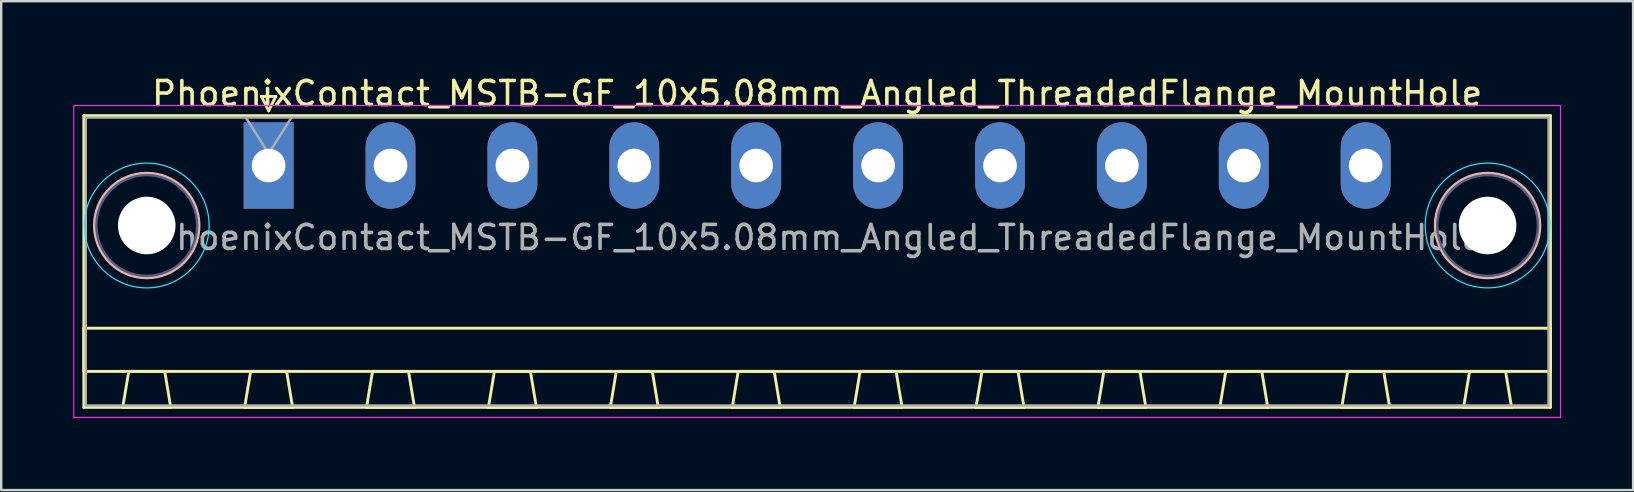
<source format=kicad_pcb>
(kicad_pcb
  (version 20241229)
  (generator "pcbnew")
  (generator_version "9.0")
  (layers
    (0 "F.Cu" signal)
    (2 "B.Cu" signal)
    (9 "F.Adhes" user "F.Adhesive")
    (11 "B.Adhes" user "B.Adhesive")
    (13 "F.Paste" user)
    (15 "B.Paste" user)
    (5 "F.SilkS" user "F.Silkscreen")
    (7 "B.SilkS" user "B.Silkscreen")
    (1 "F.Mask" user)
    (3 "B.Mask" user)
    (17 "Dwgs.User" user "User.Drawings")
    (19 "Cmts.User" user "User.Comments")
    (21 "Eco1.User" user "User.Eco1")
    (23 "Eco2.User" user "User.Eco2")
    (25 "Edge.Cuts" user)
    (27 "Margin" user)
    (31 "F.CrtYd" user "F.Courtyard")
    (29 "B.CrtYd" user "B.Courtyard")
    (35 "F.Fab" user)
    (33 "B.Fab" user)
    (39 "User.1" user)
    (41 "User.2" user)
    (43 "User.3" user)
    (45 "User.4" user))
  (footprint "PhoenixContact_MSTB-GF_10x5.08mm_Angled_ThreadedFlange_MountHole"
    (layer "F.Cu")
    (at 8.145 3.848)
    (property "Reference" "PhoenixContact_MSTB-GF_10x5.08mm_Angled_ThreadedFlange_MountHole" (at 22.86 -3 0) (layer "F.SilkS") (effects (font (size 1 1) (thickness 0.15))))
    (attr through_hole)
    (fp_line (start -7.7 -2.08) (end -7.7 10.08) (stroke (width 0.12) (type solid)) (layer "F.SilkS"))
    (fp_line (start -7.7 6.78) (end 53.42 6.78) (stroke (width 0.12) (type solid)) (layer "F.SilkS"))
    (fp_line (start -7.7 8.58) (end -7.7 6.78) (stroke (width 0.12) (type solid)) (layer "F.SilkS"))
    (fp_line (start -7.7 10.08) (end 53.42 10.08) (stroke (width 0.12) (type solid)) (layer "F.SilkS"))
    (fp_line (start -6.08 10.08) (end -4.08 10.08) (stroke (width 0.12) (type solid)) (layer "F.SilkS"))
    (fp_line (start -5.83 8.58) (end -6.08 10.08) (stroke (width 0.12) (type solid)) (layer "F.SilkS"))
    (fp_line (start -4.33 8.58) (end -5.83 8.58) (stroke (width 0.12) (type solid)) (layer "F.SilkS"))
    (fp_line (start -4.08 10.08) (end -4.33 8.58) (stroke (width 0.12) (type solid)) (layer "F.SilkS"))
    (fp_line (start -1 10.08) (end 1 10.08) (stroke (width 0.12) (type solid)) (layer "F.SilkS"))
    (fp_line (start -0.75 8.58) (end -1 10.08) (stroke (width 0.12) (type solid)) (layer "F.SilkS"))
    (fp_line (start -0.3 -2.88) (end 0.3 -2.88) (stroke (width 0.12) (type solid)) (layer "F.SilkS"))
    (fp_line (start 0 -2.28) (end -0.3 -2.88) (stroke (width 0.12) (type solid)) (layer "F.SilkS"))
    (fp_line (start 0.3 -2.88) (end 0 -2.28) (stroke (width 0.12) (type solid)) (layer "F.SilkS"))
    (fp_line (start 0.75 8.58) (end -0.75 8.58) (stroke (width 0.12) (type solid)) (layer "F.SilkS"))
    (fp_line (start 1 10.08) (end 0.75 8.58) (stroke (width 0.12) (type solid)) (layer "F.SilkS"))
    (fp_line (start 4.08 10.08) (end 6.08 10.08) (stroke (width 0.12) (type solid)) (layer "F.SilkS"))
    (fp_line (start 4.33 8.58) (end 4.08 10.08) (stroke (width 0.12) (type solid)) (layer "F.SilkS"))
    (fp_line (start 5.83 8.58) (end 4.33 8.58) (stroke (width 0.12) (type solid)) (layer "F.SilkS"))
    (fp_line (start 6.08 10.08) (end 5.83 8.58) (stroke (width 0.12) (type solid)) (layer "F.SilkS"))
    (fp_line (start 9.16 10.08) (end 11.16 10.08) (stroke (width 0.12) (type solid)) (layer "F.SilkS"))
    (fp_line (start 9.41 8.58) (end 9.16 10.08) (stroke (width 0.12) (type solid)) (layer "F.SilkS"))
    (fp_line (start 10.91 8.58) (end 9.41 8.58) (stroke (width 0.12) (type solid)) (layer "F.SilkS"))
    (fp_line (start 11.16 10.08) (end 10.91 8.58) (stroke (width 0.12) (type solid)) (layer "F.SilkS"))
    (fp_line (start 14.24 10.08) (end 16.24 10.08) (stroke (width 0.12) (type solid)) (layer "F.SilkS"))
    (fp_line (start 14.49 8.58) (end 14.24 10.08) (stroke (width 0.12) (type solid)) (layer "F.SilkS"))
    (fp_line (start 15.99 8.58) (end 14.49 8.58) (stroke (width 0.12) (type solid)) (layer "F.SilkS"))
    (fp_line (start 16.24 10.08) (end 15.99 8.58) (stroke (width 0.12) (type solid)) (layer "F.SilkS"))
    (fp_line (start 19.32 10.08) (end 21.32 10.08) (stroke (width 0.12) (type solid)) (layer "F.SilkS"))
    (fp_line (start 19.57 8.58) (end 19.32 10.08) (stroke (width 0.12) (type solid)) (layer "F.SilkS"))
    (fp_line (start 21.07 8.58) (end 19.57 8.58) (stroke (width 0.12) (type solid)) (layer "F.SilkS"))
    (fp_line (start 21.32 10.08) (end 21.07 8.58) (stroke (width 0.12) (type solid)) (layer "F.SilkS"))
    (fp_line (start 24.4 10.08) (end 26.4 10.08) (stroke (width 0.12) (type solid)) (layer "F.SilkS"))
    (fp_line (start 24.65 8.58) (end 24.4 10.08) (stroke (width 0.12) (type solid)) (layer "F.SilkS"))
    (fp_line (start 26.15 8.58) (end 24.65 8.58) (stroke (width 0.12) (type solid)) (layer "F.SilkS"))
    (fp_line (start 26.4 10.08) (end 26.15 8.58) (stroke (width 0.12) (type solid)) (layer "F.SilkS"))
    (fp_line (start 29.48 10.08) (end 31.48 10.08) (stroke (width 0.12) (type solid)) (layer "F.SilkS"))
    (fp_line (start 29.73 8.58) (end 29.48 10.08) (stroke (width 0.12) (type solid)) (layer "F.SilkS"))
    (fp_line (start 31.23 8.58) (end 29.73 8.58) (stroke (width 0.12) (type solid)) (layer "F.SilkS"))
    (fp_line (start 31.48 10.08) (end 31.23 8.58) (stroke (width 0.12) (type solid)) (layer "F.SilkS"))
    (fp_line (start 34.56 10.08) (end 36.56 10.08) (stroke (width 0.12) (type solid)) (layer "F.SilkS"))
    (fp_line (start 34.81 8.58) (end 34.56 10.08) (stroke (width 0.12) (type solid)) (layer "F.SilkS"))
    (fp_line (start 36.31 8.58) (end 34.81 8.58) (stroke (width 0.12) (type solid)) (layer "F.SilkS"))
    (fp_line (start 36.56 10.08) (end 36.31 8.58) (stroke (width 0.12) (type solid)) (layer "F.SilkS"))
    (fp_line (start 39.64 10.08) (end 41.64 10.08) (stroke (width 0.12) (type solid)) (layer "F.SilkS"))
    (fp_line (start 39.89 8.58) (end 39.64 10.08) (stroke (width 0.12) (type solid)) (layer "F.SilkS"))
    (fp_line (start 41.39 8.58) (end 39.89 8.58) (stroke (width 0.12) (type solid)) (layer "F.SilkS"))
    (fp_line (start 41.64 10.08) (end 41.39 8.58) (stroke (width 0.12) (type solid)) (layer "F.SilkS"))
    (fp_line (start 44.72 10.08) (end 46.72 10.08) (stroke (width 0.12) (type solid)) (layer "F.SilkS"))
    (fp_line (start 44.97 8.58) (end 44.72 10.08) (stroke (width 0.12) (type solid)) (layer "F.SilkS"))
    (fp_line (start 46.47 8.58) (end 44.97 8.58) (stroke (width 0.12) (type solid)) (layer "F.SilkS"))
    (fp_line (start 46.72 10.08) (end 46.47 8.58) (stroke (width 0.12) (type solid)) (layer "F.SilkS"))
    (fp_line (start 49.8 10.08) (end 51.8 10.08) (stroke (width 0.12) (type solid)) (layer "F.SilkS"))
    (fp_line (start 50.05 8.58) (end 49.8 10.08) (stroke (width 0.12) (type solid)) (layer "F.SilkS"))
    (fp_line (start 51.55 8.58) (end 50.05 8.58) (stroke (width 0.12) (type solid)) (layer "F.SilkS"))
    (fp_line (start 51.8 10.08) (end 51.55 8.58) (stroke (width 0.12) (type solid)) (layer "F.SilkS"))
    (fp_line (start 53.42 -2.08) (end -7.7 -2.08) (stroke (width 0.12) (type solid)) (layer "F.SilkS"))
    (fp_line (start 53.42 6.78) (end 53.42 8.58) (stroke (width 0.12) (type solid)) (layer "F.SilkS"))
    (fp_line (start 53.42 8.58) (end -7.7 8.58) (stroke (width 0.12) (type solid)) (layer "F.SilkS"))
    (fp_line (start 53.42 10.08) (end 53.42 -2.08) (stroke (width 0.12) (type solid)) (layer "F.SilkS"))
    (fp_circle (center -5.08 2.5) (end -2.9 2.5) (stroke (width 0.12) (type solid)) (fill no) (layer "B.SilkS"))
    (fp_circle (center 50.8 2.5) (end 52.98 2.5) (stroke (width 0.12) (type solid)) (fill no) (layer "B.SilkS"))
    (fp_circle (center -5.08 2.5) (end -2.48 2.5) (stroke (width 0.05) (type solid)) (fill no) (layer "B.CrtYd"))
    (fp_circle (center 50.8 2.5) (end 53.4 2.5) (stroke (width 0.05) (type solid)) (fill no) (layer "B.CrtYd"))
    (fp_line (start -8.12 -2.5) (end -8.12 10.5) (stroke (width 0.05) (type solid)) (layer "F.CrtYd"))
    (fp_line (start -8.12 10.5) (end 53.84 10.5) (stroke (width 0.05) (type solid)) (layer "F.CrtYd"))
    (fp_line (start 53.84 -2.5) (end -8.12 -2.5) (stroke (width 0.05) (type solid)) (layer "F.CrtYd"))
    (fp_line (start 53.84 10.5) (end 53.84 -2.5) (stroke (width 0.05) (type solid)) (layer "F.CrtYd"))
    (fp_circle (center -5.08 2.5) (end -2.98 2.5) (stroke (width 0.1) (type solid)) (fill no) (layer "B.Fab"))
    (fp_circle (center 50.8 2.5) (end 52.9 2.5) (stroke (width 0.1) (type solid)) (fill no) (layer "B.Fab"))
    (fp_line (start -7.62 -2) (end -7.62 10) (stroke (width 0.1) (type solid)) (layer "F.Fab"))
    (fp_line (start -7.62 10) (end 53.34 10) (stroke (width 0.1) (type solid)) (layer "F.Fab"))
    (fp_line (start 0 -0.5) (end -0.95 -2) (stroke (width 0.1) (type solid)) (layer "F.Fab"))
    (fp_line (start 0.95 -2) (end 0 -0.5) (stroke (width 0.1) (type solid)) (layer "F.Fab"))
    (fp_line (start 53.34 -2) (end -7.62 -2) (stroke (width 0.1) (type solid)) (layer "F.Fab"))
    (fp_line (start 53.34 10) (end 53.34 -2) (stroke (width 0.1) (type solid)) (layer "F.Fab"))
    (fp_text user "${REFERENCE}" (at 22.86 3 0) (layer "F.Fab") (effects (font (size 1 1) (thickness 0.15))))
    (pad "" np_thru_hole circle (at -5.08 2.5) (size 2.4 2.4) (drill 2.4) (layers "*.Cu" "*.Mask"))
    (pad "" np_thru_hole circle (at 50.8 2.5) (size 2.4 2.4) (drill 2.4) (layers "*.Cu" "*.Mask"))
    (pad "1" thru_hole rect (at 0 0) (size 2.08 3.6) (drill 1.4) (layers "*.Cu" "*.Mask"))
    (pad "2" thru_hole oval (at 5.08 0) (size 2.08 3.6) (drill 1.4) (layers "*.Cu" "*.Mask"))
    (pad "3" thru_hole oval (at 10.16 0) (size 2.08 3.6) (drill 1.4) (layers "*.Cu" "*.Mask"))
    (pad "4" thru_hole oval (at 15.24 0) (size 2.08 3.6) (drill 1.4) (layers "*.Cu" "*.Mask"))
    (pad "5" thru_hole oval (at 20.32 0) (size 2.08 3.6) (drill 1.4) (layers "*.Cu" "*.Mask"))
    (pad "6" thru_hole oval (at 25.4 0) (size 2.08 3.6) (drill 1.4) (layers "*.Cu" "*.Mask"))
    (pad "7" thru_hole oval (at 30.48 0) (size 2.08 3.6) (drill 1.4) (layers "*.Cu" "*.Mask"))
    (pad "8" thru_hole oval (at 35.56 0) (size 2.08 3.6) (drill 1.4) (layers "*.Cu" "*.Mask"))
    (pad "9" thru_hole oval (at 40.64 0) (size 2.08 3.6) (drill 1.4) (layers "*.Cu" "*.Mask"))
    (pad "10" thru_hole oval (at 45.72 0) (size 2.08 3.6) (drill 1.4) (layers "*.Cu" "*.Mask")))
  (gr_rect
    (start -3 -3)
    (end 65.01 17.373)
    (stroke (width 0.1) (type default))
    (fill no)
    (layer "Edge.Cuts")))
</source>
